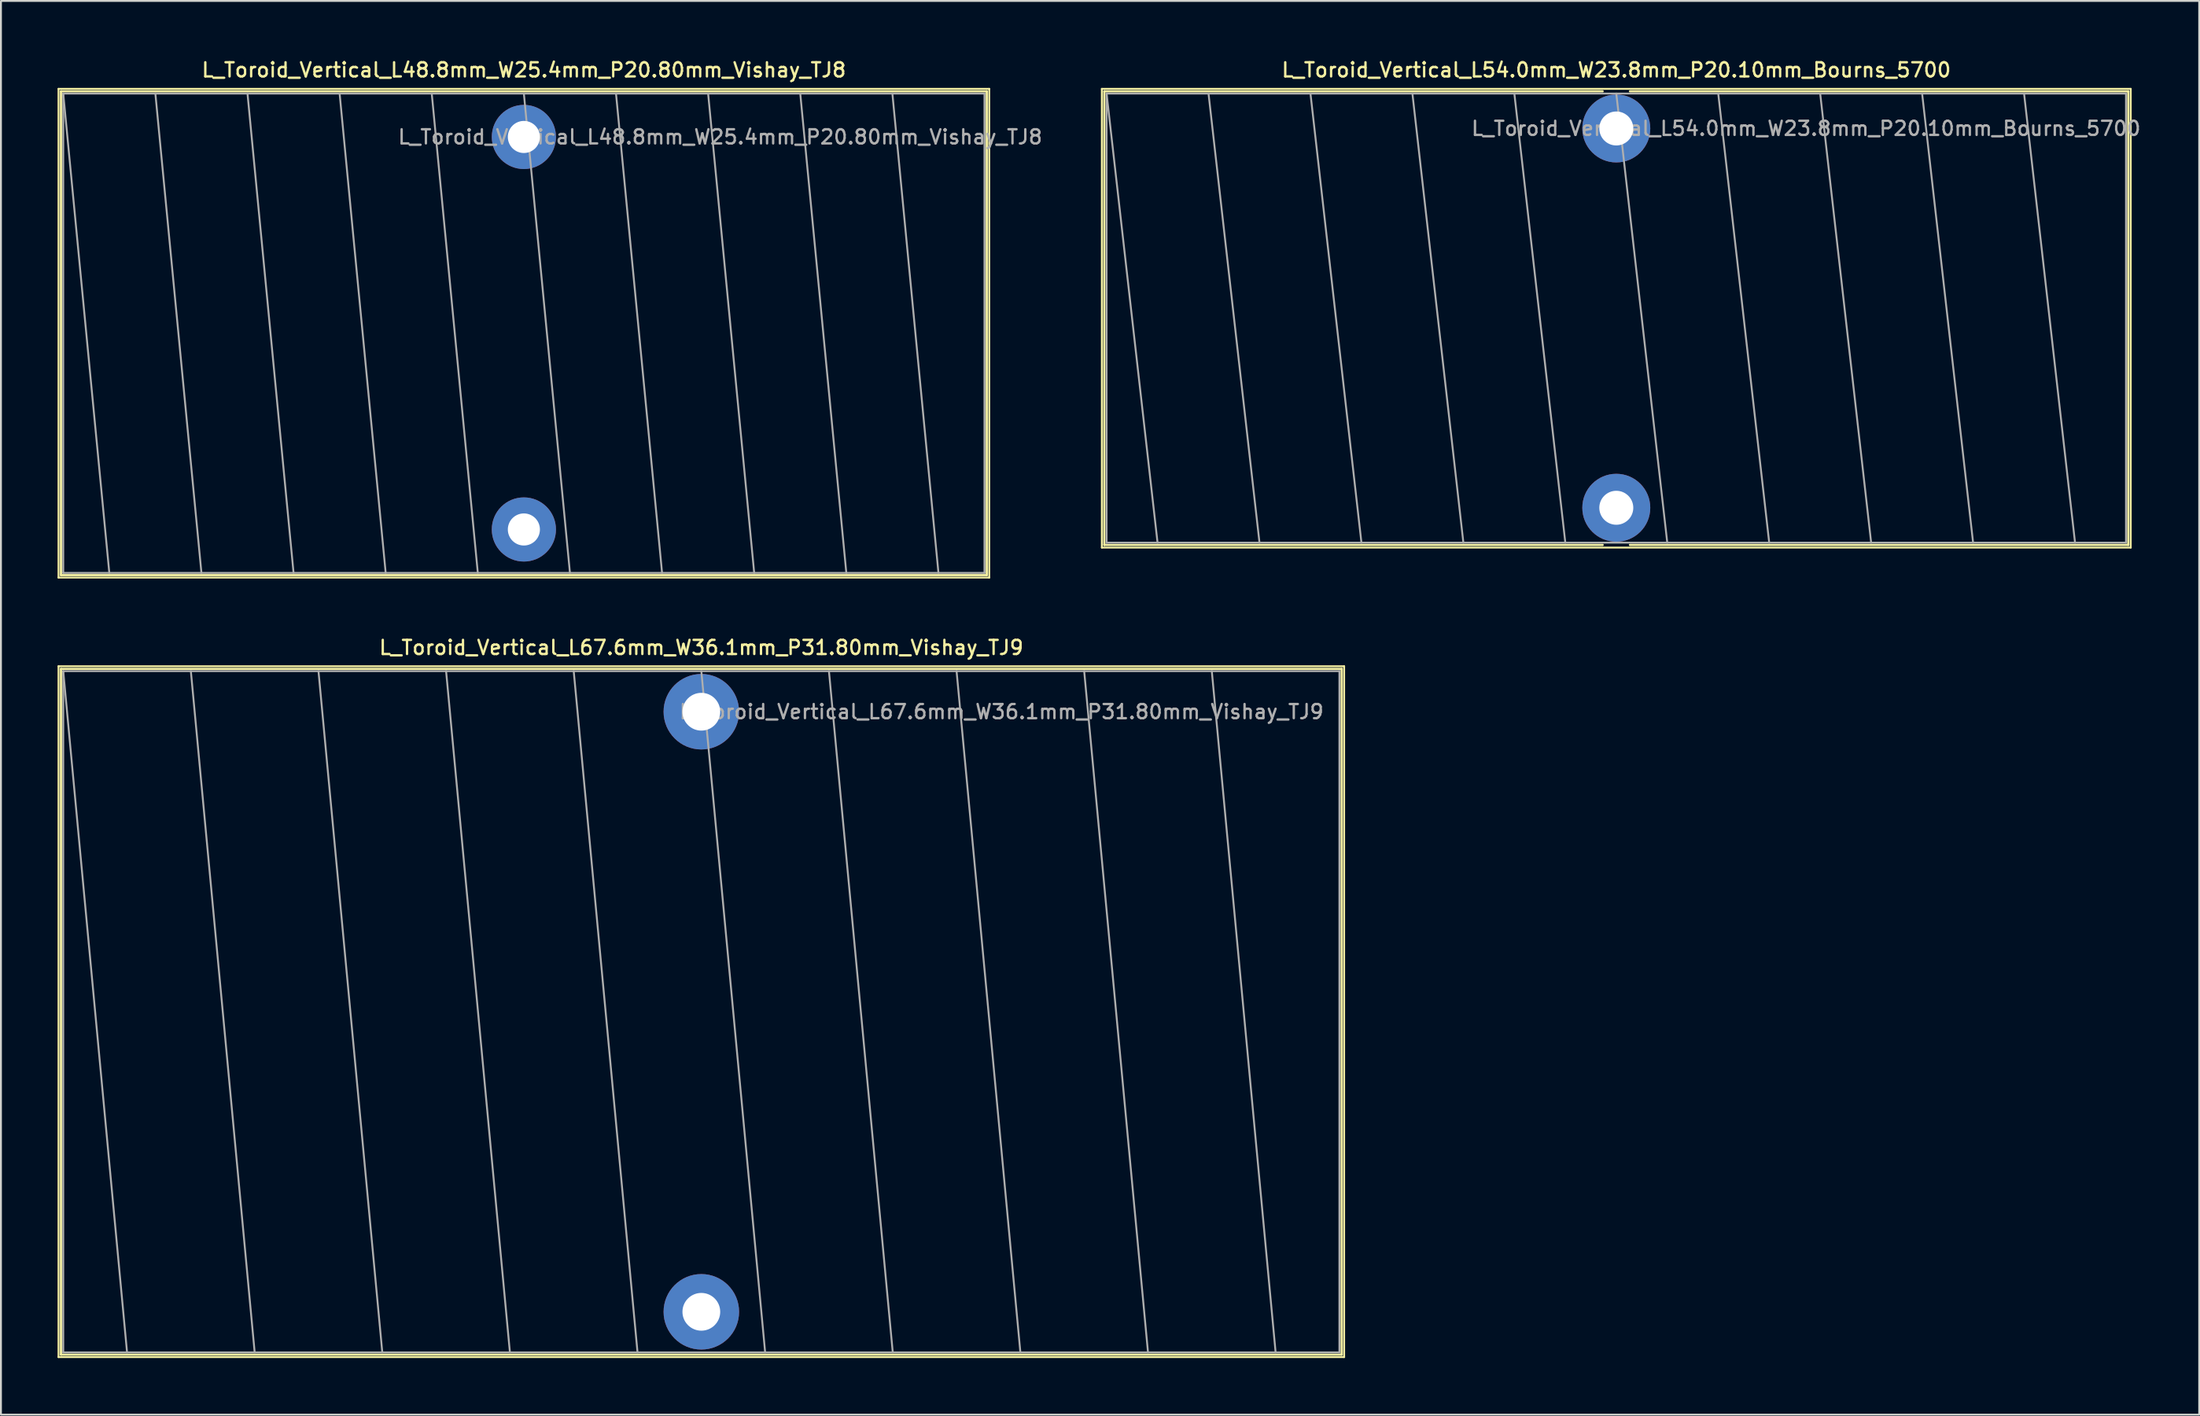
<source format=kicad_pcb>
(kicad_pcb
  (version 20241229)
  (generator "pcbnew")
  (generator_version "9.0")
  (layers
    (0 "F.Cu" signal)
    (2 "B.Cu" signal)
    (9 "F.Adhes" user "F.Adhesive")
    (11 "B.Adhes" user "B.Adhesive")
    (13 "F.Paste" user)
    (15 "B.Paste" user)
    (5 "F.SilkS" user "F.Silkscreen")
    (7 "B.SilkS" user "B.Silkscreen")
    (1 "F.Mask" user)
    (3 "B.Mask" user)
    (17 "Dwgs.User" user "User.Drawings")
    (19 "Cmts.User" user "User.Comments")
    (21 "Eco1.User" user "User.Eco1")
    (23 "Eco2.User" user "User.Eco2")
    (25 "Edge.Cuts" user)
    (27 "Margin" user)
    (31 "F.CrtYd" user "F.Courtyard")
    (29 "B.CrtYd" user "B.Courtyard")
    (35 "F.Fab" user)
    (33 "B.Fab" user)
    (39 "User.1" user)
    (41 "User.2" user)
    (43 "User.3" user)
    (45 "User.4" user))
  (footprint "L_Toroid_Vertical_L54.0mm_W23.8mm_P20.10mm_Bourns_5700"
    (layer "F.Cu")
    (at 82.566 3.758)
    (property "Reference" "L_Toroid_Vertical_L54.0mm_W23.8mm_P20.10mm_Bourns_5700" (at 0 -3.1 0) (layer "F.SilkS") (effects (font (size 0.75 0.75) (thickness 0.125))))
    (attr through_hole)
    (fp_line (start -27.25 -2.1) (end -27.25 22.21) (stroke (width 0.1) (type solid)) (layer "F.SilkS"))
    (fp_line (start -27.25 22.21) (end 27.25 22.21) (stroke (width 0.1) (type solid)) (layer "F.SilkS"))
    (fp_line (start -27.12 -1.97) (end -27.12 22.07) (stroke (width 0.12) (type solid)) (layer "F.SilkS"))
    (fp_line (start -27.12 -1.97) (end -0.725 -1.97) (stroke (width 0.12) (type solid)) (layer "F.SilkS"))
    (fp_line (start -27.12 22.07) (end -0.725 22.07) (stroke (width 0.12) (type solid)) (layer "F.SilkS"))
    (fp_line (start 0.725 -1.97) (end 27.12 -1.97) (stroke (width 0.12) (type solid)) (layer "F.SilkS"))
    (fp_line (start 0.725 22.07) (end 27.12 22.07) (stroke (width 0.12) (type solid)) (layer "F.SilkS"))
    (fp_line (start 27.12 -1.97) (end 27.12 22.07) (stroke (width 0.12) (type solid)) (layer "F.SilkS"))
    (fp_line (start 27.25 -2.1) (end -27.25 -2.1) (stroke (width 0.1) (type solid)) (layer "F.SilkS"))
    (fp_line (start 27.25 22.21) (end 27.25 -2.1) (stroke (width 0.1) (type solid)) (layer "F.SilkS"))
    (fp_line (start -27 -1.85) (end -27 21.95) (stroke (width 0.1) (type solid)) (layer "F.Fab"))
    (fp_line (start -27 -1.85) (end -24.3 21.95) (stroke (width 0.1) (type solid)) (layer "F.Fab"))
    (fp_line (start -27 21.95) (end 27 21.95) (stroke (width 0.1) (type solid)) (layer "F.Fab"))
    (fp_line (start -21.6 -1.85) (end -18.9 21.95) (stroke (width 0.1) (type solid)) (layer "F.Fab"))
    (fp_line (start -16.2 -1.85) (end -13.5 21.95) (stroke (width 0.1) (type solid)) (layer "F.Fab"))
    (fp_line (start -10.8 -1.85) (end -8.1 21.95) (stroke (width 0.1) (type solid)) (layer "F.Fab"))
    (fp_line (start -5.4 -1.85) (end -2.7 21.95) (stroke (width 0.1) (type solid)) (layer "F.Fab"))
    (fp_line (start 0 -1.85) (end 2.7 21.95) (stroke (width 0.1) (type solid)) (layer "F.Fab"))
    (fp_line (start 5.4 -1.85) (end 8.1 21.95) (stroke (width 0.1) (type solid)) (layer "F.Fab"))
    (fp_line (start 10.8 -1.85) (end 13.5 21.95) (stroke (width 0.1) (type solid)) (layer "F.Fab"))
    (fp_line (start 16.2 -1.85) (end 18.9 21.95) (stroke (width 0.1) (type solid)) (layer "F.Fab"))
    (fp_line (start 21.6 -1.85) (end 24.3 21.95) (stroke (width 0.1) (type solid)) (layer "F.Fab"))
    (fp_line (start 27 -1.85) (end -27 -1.85) (stroke (width 0.1) (type solid)) (layer "F.Fab"))
    (fp_line (start 27 21.95) (end 27 -1.85) (stroke (width 0.1) (type solid)) (layer "F.Fab"))
    (fp_text user "${REFERENCE}" (at 10.05 0 0) (layer "F.Fab") (effects (font (size 0.75 0.75) (thickness 0.125))))
    (pad "1" thru_hole circle (at 0 0) (size 3.6 3.6) (drill 1.8) (layers "*.Cu" "*.Mask"))
    (pad "2" thru_hole circle (at 0 20.1) (size 3.6 3.6) (drill 1.8) (layers "*.Cu" "*.Mask")))
  (footprint "L_Toroid_Vertical_L48.8mm_W25.4mm_P20.80mm_Vishay_TJ8"
    (layer "F.Cu")
    (at 24.7 4.208)
    (property "Reference" "L_Toroid_Vertical_L48.8mm_W25.4mm_P20.80mm_Vishay_TJ8" (at 0 -3.55 0) (layer "F.SilkS") (effects (font (size 0.75 0.75) (thickness 0.125))))
    (attr through_hole)
    (fp_line (start -24.65 -2.55) (end -24.65 23.35) (stroke (width 0.1) (type solid)) (layer "F.SilkS"))
    (fp_line (start -24.65 23.35) (end 24.65 23.35) (stroke (width 0.1) (type solid)) (layer "F.SilkS"))
    (fp_line (start -24.52 -2.42) (end -24.52 23.22) (stroke (width 0.12) (type solid)) (layer "F.SilkS"))
    (fp_line (start -24.52 -2.42) (end 24.52 -2.42) (stroke (width 0.12) (type solid)) (layer "F.SilkS"))
    (fp_line (start -24.52 23.22) (end 24.52 23.22) (stroke (width 0.12) (type solid)) (layer "F.SilkS"))
    (fp_line (start 24.52 -2.42) (end 24.52 23.22) (stroke (width 0.12) (type solid)) (layer "F.SilkS"))
    (fp_line (start 24.65 -2.55) (end -24.65 -2.55) (stroke (width 0.1) (type solid)) (layer "F.SilkS"))
    (fp_line (start 24.65 23.35) (end 24.65 -2.55) (stroke (width 0.1) (type solid)) (layer "F.SilkS"))
    (fp_line (start -24.4 -2.3) (end -24.4 23.1) (stroke (width 0.1) (type solid)) (layer "F.Fab"))
    (fp_line (start -24.4 -2.3) (end -21.96 23.1) (stroke (width 0.1) (type solid)) (layer "F.Fab"))
    (fp_line (start -24.4 23.1) (end 24.4 23.1) (stroke (width 0.1) (type solid)) (layer "F.Fab"))
    (fp_line (start -19.52 -2.3) (end -17.08 23.1) (stroke (width 0.1) (type solid)) (layer "F.Fab"))
    (fp_line (start -14.64 -2.3) (end -12.2 23.1) (stroke (width 0.1) (type solid)) (layer "F.Fab"))
    (fp_line (start -9.76 -2.3) (end -7.32 23.1) (stroke (width 0.1) (type solid)) (layer "F.Fab"))
    (fp_line (start -4.88 -2.3) (end -2.44 23.1) (stroke (width 0.1) (type solid)) (layer "F.Fab"))
    (fp_line (start 0 -2.3) (end 2.44 23.1) (stroke (width 0.1) (type solid)) (layer "F.Fab"))
    (fp_line (start 4.88 -2.3) (end 7.32 23.1) (stroke (width 0.1) (type solid)) (layer "F.Fab"))
    (fp_line (start 9.76 -2.3) (end 12.2 23.1) (stroke (width 0.1) (type solid)) (layer "F.Fab"))
    (fp_line (start 14.64 -2.3) (end 17.08 23.1) (stroke (width 0.1) (type solid)) (layer "F.Fab"))
    (fp_line (start 19.52 -2.3) (end 21.96 23.1) (stroke (width 0.1) (type solid)) (layer "F.Fab"))
    (fp_line (start 24.4 -2.3) (end -24.4 -2.3) (stroke (width 0.1) (type solid)) (layer "F.Fab"))
    (fp_line (start 24.4 23.1) (end 24.4 -2.3) (stroke (width 0.1) (type solid)) (layer "F.Fab"))
    (fp_text user "${REFERENCE}" (at 10.4 0 0) (layer "F.Fab") (effects (font (size 0.75 0.75) (thickness 0.125))))
    (pad "1" thru_hole circle (at 0 0) (size 3.4 3.4) (drill 1.7) (layers "*.Cu" "*.Mask"))
    (pad "2" thru_hole circle (at 0 20.8) (size 3.4 3.4) (drill 1.7) (layers "*.Cu" "*.Mask")))
  (footprint "L_Toroid_Vertical_L67.6mm_W36.1mm_P31.80mm_Vishay_TJ9"
    (layer "F.Cu")
    (at 34.1 34.666)
    (property "Reference" "L_Toroid_Vertical_L67.6mm_W36.1mm_P31.80mm_Vishay_TJ9" (at 0 -3.4 0) (layer "F.SilkS") (effects (font (size 0.75 0.75) (thickness 0.125))))
    (attr through_hole)
    (fp_line (start -34.05 -2.41) (end -34.05 34.2) (stroke (width 0.1) (type solid)) (layer "F.SilkS"))
    (fp_line (start -34.05 34.2) (end 34.05 34.2) (stroke (width 0.1) (type solid)) (layer "F.SilkS"))
    (fp_line (start -33.92 -2.27) (end -33.92 34.07) (stroke (width 0.12) (type solid)) (layer "F.SilkS"))
    (fp_line (start -33.92 -2.27) (end 33.92 -2.27) (stroke (width 0.12) (type solid)) (layer "F.SilkS"))
    (fp_line (start -33.92 34.07) (end 33.92 34.07) (stroke (width 0.12) (type solid)) (layer "F.SilkS"))
    (fp_line (start 33.92 -2.27) (end 33.92 34.07) (stroke (width 0.12) (type solid)) (layer "F.SilkS"))
    (fp_line (start 34.05 -2.41) (end -34.05 -2.41) (stroke (width 0.1) (type solid)) (layer "F.SilkS"))
    (fp_line (start 34.05 34.2) (end 34.05 -2.41) (stroke (width 0.1) (type solid)) (layer "F.SilkS"))
    (fp_line (start -33.8 -2.15) (end -33.8 33.95) (stroke (width 0.1) (type solid)) (layer "F.Fab"))
    (fp_line (start -33.8 -2.15) (end -30.42 33.95) (stroke (width 0.1) (type solid)) (layer "F.Fab"))
    (fp_line (start -33.8 33.95) (end 33.8 33.95) (stroke (width 0.1) (type solid)) (layer "F.Fab"))
    (fp_line (start -27.04 -2.15) (end -23.66 33.95) (stroke (width 0.1) (type solid)) (layer "F.Fab"))
    (fp_line (start -20.28 -2.15) (end -16.9 33.95) (stroke (width 0.1) (type solid)) (layer "F.Fab"))
    (fp_line (start -13.52 -2.15) (end -10.14 33.95) (stroke (width 0.1) (type solid)) (layer "F.Fab"))
    (fp_line (start -6.76 -2.15) (end -3.38 33.95) (stroke (width 0.1) (type solid)) (layer "F.Fab"))
    (fp_line (start 0 -2.15) (end 3.38 33.95) (stroke (width 0.1) (type solid)) (layer "F.Fab"))
    (fp_line (start 6.76 -2.15) (end 10.14 33.95) (stroke (width 0.1) (type solid)) (layer "F.Fab"))
    (fp_line (start 13.52 -2.15) (end 16.9 33.95) (stroke (width 0.1) (type solid)) (layer "F.Fab"))
    (fp_line (start 20.28 -2.15) (end 23.66 33.95) (stroke (width 0.1) (type solid)) (layer "F.Fab"))
    (fp_line (start 27.04 -2.15) (end 30.42 33.95) (stroke (width 0.1) (type solid)) (layer "F.Fab"))
    (fp_line (start 33.8 -2.15) (end -33.8 -2.15) (stroke (width 0.1) (type solid)) (layer "F.Fab"))
    (fp_line (start 33.8 33.95) (end 33.8 -2.15) (stroke (width 0.1) (type solid)) (layer "F.Fab"))
    (fp_text user "${REFERENCE}" (at 15.9 0 0) (layer "F.Fab") (effects (font (size 0.75 0.75) (thickness 0.125))))
    (pad "1" thru_hole circle (at 0 0) (size 4 4) (drill 2) (layers "*.Cu" "*.Mask"))
    (pad "2" thru_hole circle (at 0 31.8) (size 4 4) (drill 2) (layers "*.Cu" "*.Mask")))
  (gr_rect
    (start -3 -3)
    (end 113.443 71.916)
    (stroke (width 0.1) (type default))
    (fill no)
    (layer "Edge.Cuts")))
</source>
